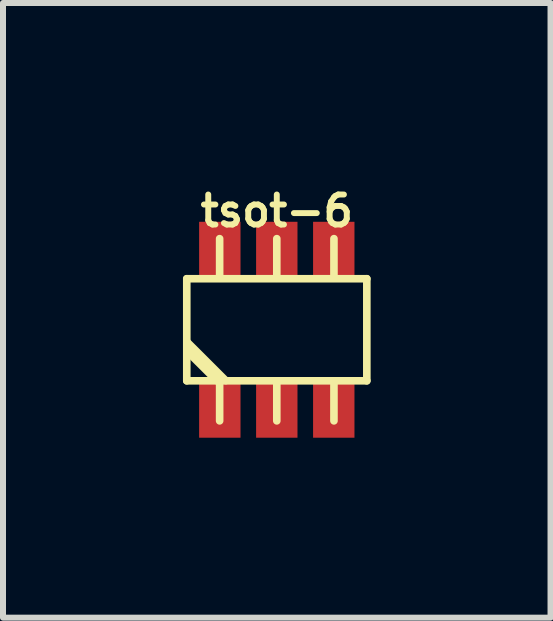
<source format=kicad_pcb>
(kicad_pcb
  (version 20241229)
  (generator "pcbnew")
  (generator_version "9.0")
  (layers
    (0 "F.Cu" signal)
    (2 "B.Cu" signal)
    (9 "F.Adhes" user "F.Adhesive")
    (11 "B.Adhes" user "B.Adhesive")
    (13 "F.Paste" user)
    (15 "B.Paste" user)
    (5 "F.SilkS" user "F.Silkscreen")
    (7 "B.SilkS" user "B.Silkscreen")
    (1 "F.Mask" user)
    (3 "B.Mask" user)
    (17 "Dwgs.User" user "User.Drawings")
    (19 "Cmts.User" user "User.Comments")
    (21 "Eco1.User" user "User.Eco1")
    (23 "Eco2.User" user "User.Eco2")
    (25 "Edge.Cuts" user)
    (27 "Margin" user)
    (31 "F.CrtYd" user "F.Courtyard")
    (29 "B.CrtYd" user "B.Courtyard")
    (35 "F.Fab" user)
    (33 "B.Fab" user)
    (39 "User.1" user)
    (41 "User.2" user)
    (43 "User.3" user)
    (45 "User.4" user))
  (footprint "tsot-6"
    (layer "F.Cu")
    (at 1.565 2.448)
    (property "Reference" "tsot-6" (at 0 -1.981 0) (layer "F.SilkS") (effects (font (size 0.5 0.5) (thickness 0.099))))
    (attr through_hole)
    (fp_line (start -1.501 -0.851) (end 1.501 -0.851) (stroke (width 0.127) (type solid)) (layer "F.SilkS"))
    (fp_line (start -1.501 0.851) (end -1.501 -0.851) (stroke (width 0.127) (type solid)) (layer "F.SilkS"))
    (fp_line (start -1.003 0.848) (end -1.499 0.353) (stroke (width 0.127) (type solid)) (layer "F.SilkS"))
    (fp_line (start -0.953 -0.859) (end -0.953 -1.519) (stroke (width 0.127) (type solid)) (layer "F.SilkS"))
    (fp_line (start -0.953 0.859) (end -0.953 1.519) (stroke (width 0.127) (type solid)) (layer "F.SilkS"))
    (fp_line (start -0.851 0.848) (end -1.499 0.201) (stroke (width 0.127) (type solid)) (layer "F.SilkS"))
    (fp_line (start 0 -0.859) (end 0 -1.519) (stroke (width 0.127) (type solid)) (layer "F.SilkS"))
    (fp_line (start 0 0.859) (end 0 1.519) (stroke (width 0.127) (type solid)) (layer "F.SilkS"))
    (fp_line (start 0.953 -0.859) (end 0.953 -1.519) (stroke (width 0.127) (type solid)) (layer "F.SilkS"))
    (fp_line (start 0.953 0.859) (end 0.953 1.519) (stroke (width 0.127) (type solid)) (layer "F.SilkS"))
    (fp_line (start 1.501 -0.851) (end 1.501 0.851) (stroke (width 0.127) (type solid)) (layer "F.SilkS"))
    (fp_line (start 1.501 0.851) (end -1.501 0.851) (stroke (width 0.127) (type solid)) (layer "F.SilkS"))
    (pad "1" smd rect (at -0.95 1.3) (size 0.69 1) (layers "F.Cu" "F.Mask" "F.Paste"))
    (pad "2" smd rect (at 0 1.3) (size 0.69 1) (layers "F.Cu" "F.Mask" "F.Paste"))
    (pad "3" smd rect (at 0.95 1.3) (size 0.69 1) (layers "F.Cu" "F.Mask" "F.Paste"))
    (pad "4" smd rect (at 0.95 -1.3) (size 0.69 1) (layers "F.Cu" "F.Mask" "F.Paste"))
    (pad "5" smd rect (at 0 -1.3) (size 0.69 1) (layers "F.Cu" "F.Mask" "F.Paste"))
    (pad "6" smd rect (at -0.95 -1.3) (size 0.69 1) (layers "F.Cu" "F.Mask" "F.Paste")))
  (gr_rect
    (start -3 -3)
    (end 6.129 7.248)
    (stroke (width 0.1) (type default))
    (fill no)
    (layer "Edge.Cuts")))
</source>
